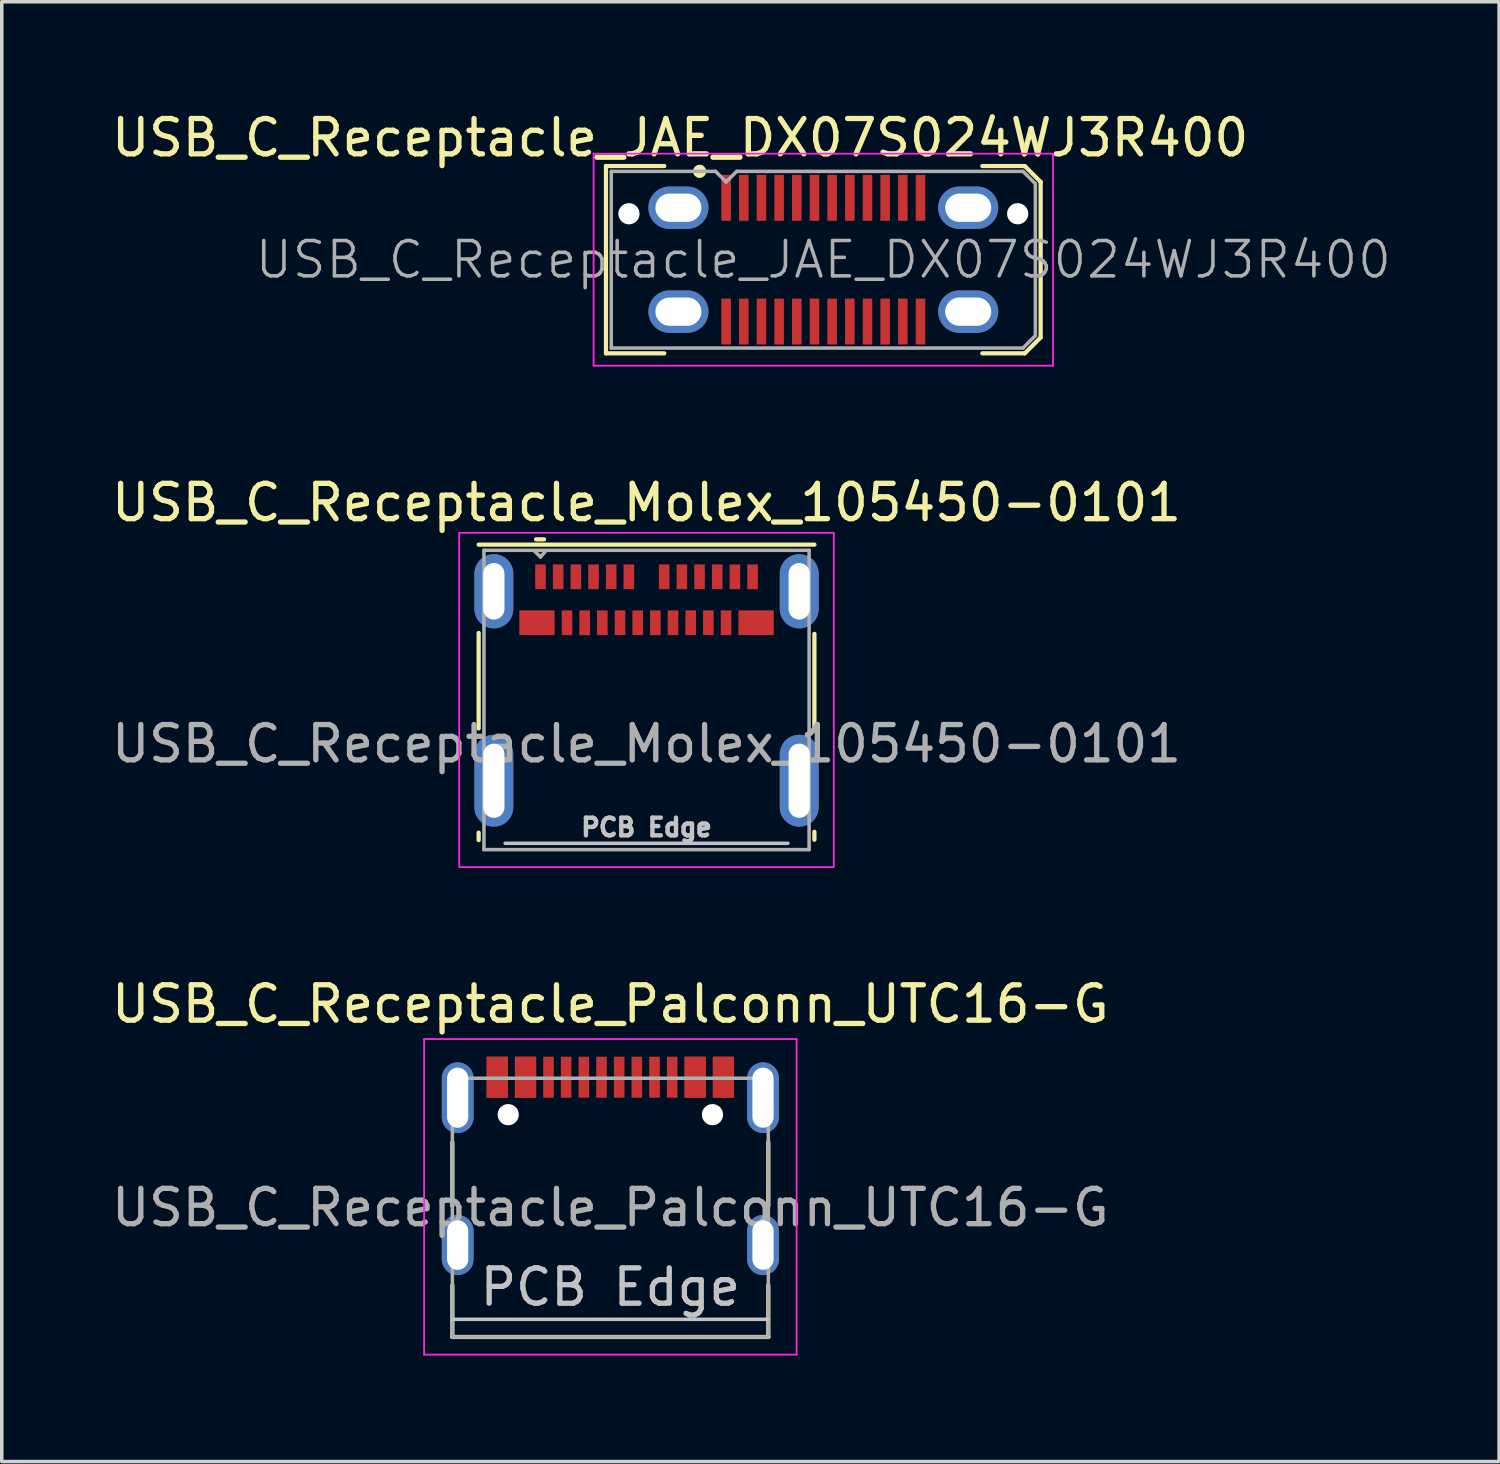
<source format=kicad_pcb>
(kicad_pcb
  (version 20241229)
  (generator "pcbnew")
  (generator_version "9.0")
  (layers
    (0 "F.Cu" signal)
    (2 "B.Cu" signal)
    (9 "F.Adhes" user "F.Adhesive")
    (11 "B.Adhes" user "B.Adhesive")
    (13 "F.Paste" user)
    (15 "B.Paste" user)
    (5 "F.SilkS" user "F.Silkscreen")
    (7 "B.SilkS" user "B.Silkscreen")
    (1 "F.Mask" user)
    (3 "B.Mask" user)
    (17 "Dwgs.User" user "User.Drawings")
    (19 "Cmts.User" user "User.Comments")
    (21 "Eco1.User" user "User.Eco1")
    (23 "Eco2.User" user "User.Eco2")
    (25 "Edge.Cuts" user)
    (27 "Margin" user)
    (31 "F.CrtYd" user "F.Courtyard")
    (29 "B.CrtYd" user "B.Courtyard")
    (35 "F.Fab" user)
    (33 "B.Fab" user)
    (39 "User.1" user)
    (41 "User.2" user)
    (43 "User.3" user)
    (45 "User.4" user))
  (footprint "USB_C_Receptacle_JAE_DX07S024WJ3R400"
    (layer "F.Cu")
    (at 20.246 4.298)
    (property "Reference" "USB_C_Receptacle_JAE_DX07S024WJ3R400" (at -4.05 -3.45 0) (layer "F.SilkS") (effects (font (size 1 1) (thickness 0.15))))
    (attr smd)
    (fp_line (start -6.15 -2.65) (end -6.15 2.65) (stroke (width 0.12) (type solid)) (layer "F.SilkS"))
    (fp_line (start -6.15 -2.65) (end -4.5 -2.65) (stroke (width 0.12) (type solid)) (layer "F.SilkS"))
    (fp_line (start -6.15 2.65) (end -4.5 2.65) (stroke (width 0.12) (type solid)) (layer "F.SilkS"))
    (fp_line (start 4.5 -2.65) (end 5.7 -2.65) (stroke (width 0.12) (type solid)) (layer "F.SilkS"))
    (fp_line (start 4.5 2.65) (end 5.7 2.65) (stroke (width 0.12) (type solid)) (layer "F.SilkS"))
    (fp_line (start 5.7 -2.65) (end 6.15 -2.2) (stroke (width 0.12) (type solid)) (layer "F.SilkS"))
    (fp_line (start 5.7 2.65) (end 6.15 2.2) (stroke (width 0.12) (type solid)) (layer "F.SilkS"))
    (fp_line (start 6.15 -2.2) (end 6.15 2.2) (stroke (width 0.12) (type solid)) (layer "F.SilkS"))
    (fp_circle (center -3.5 -2.5) (end -3.388 -2.5) (stroke (width 0.15) (type solid)) (fill no) (layer "F.SilkS"))
    (fp_line (start -6.5 -3) (end 6.5 -3) (stroke (width 0.05) (type solid)) (layer "F.CrtYd"))
    (fp_line (start -6.5 3) (end -6.5 -3) (stroke (width 0.05) (type solid)) (layer "F.CrtYd"))
    (fp_line (start 6.5 -3) (end 6.5 3) (stroke (width 0.05) (type solid)) (layer "F.CrtYd"))
    (fp_line (start 6.5 3) (end -6.5 3) (stroke (width 0.05) (type solid)) (layer "F.CrtYd"))
    (fp_line (start -6 -2.5) (end -3.05 -2.5) (stroke (width 0.1) (type solid)) (layer "F.Fab"))
    (fp_line (start -6 2.5) (end -6 -2.5) (stroke (width 0.1) (type solid)) (layer "F.Fab"))
    (fp_line (start -6 2.5) (end 5.65 2.5) (stroke (width 0.1) (type solid)) (layer "F.Fab"))
    (fp_line (start -3.05 -2.5) (end -2.75 -2.2) (stroke (width 0.1) (type solid)) (layer "F.Fab"))
    (fp_line (start -2.75 -2.2) (end -2.45 -2.5) (stroke (width 0.1) (type solid)) (layer "F.Fab"))
    (fp_line (start 5.65 -2.5) (end -2.45 -2.5) (stroke (width 0.1) (type solid)) (layer "F.Fab"))
    (fp_line (start 5.65 -2.5) (end 6 -2.15) (stroke (width 0.1) (type solid)) (layer "F.Fab"))
    (fp_line (start 5.65 2.5) (end 6 2.15) (stroke (width 0.1) (type solid)) (layer "F.Fab"))
    (fp_line (start 6 2.15) (end 6 -2.15) (stroke (width 0.1) (type solid)) (layer "F.Fab"))
    (fp_text user "${REFERENCE}" (at 0 0 0) (layer "F.Fab") (effects (font (size 1 1) (thickness 0.1))))
    (pad "" np_thru_hole circle (at -5.5 -1.3) (size 0.6 0.6) (drill 0.6) (layers "*.Cu" "*.Mask"))
    (pad "" np_thru_hole circle (at 5.5 -1.3) (size 0.6 0.6) (drill 0.6) (layers "*.Cu" "*.Mask"))
    (pad "A1" smd rect (at -2.75 -1.75) (size 0.27 1.3) (layers "F.Cu" "F.Mask" "F.Paste"))
    (pad "A2" smd rect (at -2.25 -1.75) (size 0.27 1.3) (layers "F.Cu" "F.Mask" "F.Paste"))
    (pad "A3" smd rect (at -1.75 -1.75) (size 0.27 1.3) (layers "F.Cu" "F.Mask" "F.Paste"))
    (pad "A4" smd rect (at -1.25 -1.75) (size 0.27 1.3) (layers "F.Cu" "F.Mask" "F.Paste"))
    (pad "A5" smd rect (at -0.75 -1.75) (size 0.27 1.3) (layers "F.Cu" "F.Mask" "F.Paste"))
    (pad "A6" smd rect (at -0.25 -1.75) (size 0.27 1.3) (layers "F.Cu" "F.Mask" "F.Paste"))
    (pad "A7" smd rect (at 0.25 -1.75) (size 0.27 1.3) (layers "F.Cu" "F.Mask" "F.Paste"))
    (pad "A8" smd rect (at 0.75 -1.75) (size 0.27 1.3) (layers "F.Cu" "F.Mask" "F.Paste"))
    (pad "A9" smd rect (at 1.25 -1.75) (size 0.27 1.3) (layers "F.Cu" "F.Mask" "F.Paste"))
    (pad "A10" smd rect (at 1.75 -1.75) (size 0.27 1.3) (layers "F.Cu" "F.Mask" "F.Paste"))
    (pad "A11" smd rect (at 2.25 -1.75) (size 0.27 1.3) (layers "F.Cu" "F.Mask" "F.Paste"))
    (pad "A12" smd rect (at 2.75 -1.75) (size 0.27 1.3) (layers "F.Cu" "F.Mask" "F.Paste"))
    (pad "B1" smd rect (at 2.75 1.75) (size 0.27 1.3) (layers "F.Cu" "F.Mask" "F.Paste"))
    (pad "B2" smd rect (at 2.25 1.75) (size 0.27 1.3) (layers "F.Cu" "F.Mask" "F.Paste"))
    (pad "B3" smd rect (at 1.75 1.75) (size 0.27 1.3) (layers "F.Cu" "F.Mask" "F.Paste"))
    (pad "B4" smd rect (at 1.25 1.75) (size 0.27 1.3) (layers "F.Cu" "F.Mask" "F.Paste"))
    (pad "B5" smd rect (at 0.75 1.75) (size 0.27 1.3) (layers "F.Cu" "F.Mask" "F.Paste"))
    (pad "B6" smd rect (at 0.25 1.75) (size 0.27 1.3) (layers "F.Cu" "F.Mask" "F.Paste"))
    (pad "B7" smd rect (at -0.25 1.75) (size 0.27 1.3) (layers "F.Cu" "F.Mask" "F.Paste"))
    (pad "B8" smd rect (at -0.75 1.75) (size 0.27 1.3) (layers "F.Cu" "F.Mask" "F.Paste"))
    (pad "B9" smd rect (at -1.25 1.75) (size 0.27 1.3) (layers "F.Cu" "F.Mask" "F.Paste"))
    (pad "B10" smd rect (at -1.75 1.75) (size 0.27 1.3) (layers "F.Cu" "F.Mask" "F.Paste"))
    (pad "B11" smd rect (at -2.25 1.75) (size 0.27 1.3) (layers "F.Cu" "F.Mask" "F.Paste"))
    (pad "B12" smd rect (at -2.75 1.75) (size 0.27 1.3) (layers "F.Cu" "F.Mask" "F.Paste"))
    (pad "S1" thru_hole oval (at -4.1 -1.47 90) (size 1.2 1.7) (drill oval 0.8 1.3) (property pad_prop_heatsink) (layers "*.Cu" "*.Mask"))
    (pad "S1" thru_hole oval (at -4.1 1.47 90) (size 1.2 1.7) (drill oval 0.8 1.3) (property pad_prop_heatsink) (layers "*.Cu" "*.Mask"))
    (pad "S1" thru_hole oval (at 4.1 -1.47 90) (size 1.2 1.7) (drill oval 0.8 1.3) (property pad_prop_heatsink) (layers "*.Cu" "*.Mask"))
    (pad "S1" thru_hole oval (at 4.1 1.47 90) (size 1.2 1.7) (drill oval 0.8 1.3) (property pad_prop_heatsink) (layers "*.Cu" "*.Mask")))
  (footprint "USB_C_Receptacle_Palconn_UTC16-G"
    (layer "F.Cu")
    (at 14.22 29.94)
    (property "Reference" "USB_C_Receptacle_Palconn_UTC16-G" (at 0 -4.58 0) (layer "F.SilkS") (effects (font (size 1 1) (thickness 0.15))))
    (attr smd)
    (fp_line (start -4.47 -0.67) (end -4.47 1.13) (stroke (width 0.12) (type solid)) (layer "F.SilkS"))
    (fp_line (start -4.47 4.84) (end -4.47 3.38) (stroke (width 0.12) (type solid)) (layer "F.SilkS"))
    (fp_line (start 4.47 -0.67) (end 4.47 1.13) (stroke (width 0.12) (type solid)) (layer "F.SilkS"))
    (fp_line (start 4.47 4.84) (end -4.47 4.84) (stroke (width 0.12) (type solid)) (layer "F.SilkS"))
    (fp_line (start 4.47 4.84) (end 4.47 3.38) (stroke (width 0.12) (type solid)) (layer "F.SilkS"))
    (fp_line (start -4.47 4.34) (end 4.47 4.34) (stroke (width 0.1) (type solid)) (layer "Dwgs.User"))
    (fp_line (start -5.27 -3.59) (end -5.27 5.34) (stroke (width 0.05) (type solid)) (layer "F.CrtYd"))
    (fp_line (start -5.27 5.34) (end 5.27 5.34) (stroke (width 0.05) (type solid)) (layer "F.CrtYd"))
    (fp_line (start 5.27 -3.59) (end -5.27 -3.59) (stroke (width 0.05) (type solid)) (layer "F.CrtYd"))
    (fp_line (start 5.27 5.34) (end 5.27 -3.59) (stroke (width 0.05) (type solid)) (layer "F.CrtYd"))
    (fp_line (start -4.47 -2.48) (end -4.47 4.84) (stroke (width 0.1) (type solid)) (layer "F.Fab"))
    (fp_line (start -4.47 -2.48) (end 4.47 -2.48) (stroke (width 0.1) (type solid)) (layer "F.Fab"))
    (fp_line (start 4.47 -2.48) (end 4.47 4.84) (stroke (width 0.1) (type solid)) (layer "F.Fab"))
    (fp_line (start 4.47 4.84) (end -4.47 4.84) (stroke (width 0.1) (type solid)) (layer "F.Fab"))
    (fp_text user "PCB Edge" (at 0 3.43 0) (layer "Dwgs.User") (effects (font (size 1 1) (thickness 0.15))))
    (fp_text user "${REFERENCE}" (at 0 1.18 0) (layer "F.Fab") (effects (font (size 1 1) (thickness 0.15))))
    (pad "" np_thru_hole circle (at -2.89 -1.45 180) (size 0.6 0.6) (drill 0.6) (layers "*.Cu" "*.Mask"))
    (pad "" np_thru_hole circle (at 2.89 -1.45 180) (size 0.6 0.6) (drill 0.6) (layers "*.Cu" "*.Mask"))
    (pad "A1" smd rect (at -3.2 -2.51) (size 0.6 1.16) (layers "F.Cu" "F.Mask" "F.Paste"))
    (pad "A4" smd rect (at -2.4 -2.51) (size 0.6 1.16) (layers "F.Cu" "F.Mask" "F.Paste"))
    (pad "A5" smd rect (at -1.25 -2.51 180) (size 0.3 1.16) (layers "F.Cu" "F.Mask" "F.Paste"))
    (pad "A6" smd rect (at -0.25 -2.51 180) (size 0.3 1.16) (layers "F.Cu" "F.Mask" "F.Paste"))
    (pad "A7" smd rect (at 0.25 -2.51 180) (size 0.3 1.16) (layers "F.Cu" "F.Mask" "F.Paste"))
    (pad "A8" smd rect (at 1.25 -2.51 180) (size 0.3 1.16) (layers "F.Cu" "F.Mask" "F.Paste"))
    (pad "A9" smd rect (at 2.4 -2.51) (size 0.6 1.16) (layers "F.Cu" "F.Mask" "F.Paste"))
    (pad "A12" smd rect (at 3.2 -2.51) (size 0.6 1.16) (layers "F.Cu" "F.Mask" "F.Paste"))
    (pad "B1" smd rect (at 3.2 -2.51) (size 0.6 1.16) (layers "F.Cu" "F.Mask" "F.Paste"))
    (pad "B4" smd rect (at 2.4 -2.51) (size 0.6 1.16) (layers "F.Cu" "F.Mask" "F.Paste"))
    (pad "B5" smd rect (at 1.75 -2.51 180) (size 0.3 1.16) (layers "F.Cu" "F.Mask" "F.Paste"))
    (pad "B6" smd rect (at 0.75 -2.51 180) (size 0.3 1.16) (layers "F.Cu" "F.Mask" "F.Paste"))
    (pad "B7" smd rect (at -0.75 -2.51 180) (size 0.3 1.16) (layers "F.Cu" "F.Mask" "F.Paste"))
    (pad "B8" smd rect (at -1.75 -2.51 180) (size 0.3 1.16) (layers "F.Cu" "F.Mask" "F.Paste"))
    (pad "B9" smd rect (at -2.4 -2.51) (size 0.6 1.16) (layers "F.Cu" "F.Mask" "F.Paste"))
    (pad "B12" smd rect (at -3.2 -2.51) (size 0.6 1.16) (layers "F.Cu" "F.Mask" "F.Paste"))
    (pad "S1" thru_hole oval (at -4.32 -1.93 90) (size 2 0.9) (drill oval 1.7 0.6) (property pad_prop_heatsink) (layers "*.Cu" "*.Mask"))
    (pad "S1" thru_hole oval (at -4.32 2.24 90) (size 1.7 0.9) (drill oval 1.4 0.6) (property pad_prop_heatsink) (layers "*.Cu" "*.Mask"))
    (pad "S1" thru_hole oval (at 4.32 -1.93 90) (size 2 0.9) (drill oval 1.7 0.6) (property pad_prop_heatsink) (layers "*.Cu" "*.Mask"))
    (pad "S1" thru_hole oval (at 4.32 2.24 90) (size 1.7 0.9) (drill oval 1.4 0.6) (property pad_prop_heatsink) (layers "*.Cu" "*.Mask")))
  (footprint "USB_C_Receptacle_Molex_105450-0101"
    (layer "F.Cu")
    (at 15.244 16.486)
    (property "Reference" "USB_C_Receptacle_Molex_105450-0101" (at 0 -5.315 0) (unlocked yes) (layer "F.SilkS") (effects (font (size 1 1) (thickness 0.15))))
    (attr smd)
    (fp_line (start -4.75 -4.125) (end 4.75 -4.125) (stroke (width 0.12) (type solid)) (layer "F.SilkS"))
    (fp_line (start -4.75 -1.625) (end -4.75 1.075) (stroke (width 0.12) (type solid)) (layer "F.SilkS"))
    (fp_line (start -4.75 4.235) (end -4.75 4.025) (stroke (width 0.12) (type solid)) (layer "F.SilkS"))
    (fp_line (start -3.125 -4.275) (end -2.9 -4.275) (stroke (width 0.12) (type solid)) (layer "F.SilkS"))
    (fp_line (start 4.75 1.125) (end 4.75 -1.6) (stroke (width 0.12) (type solid)) (layer "F.SilkS"))
    (fp_line (start 4.75 4.225) (end 4.75 4) (stroke (width 0.12) (type solid)) (layer "F.SilkS"))
    (fp_line (start -4 4.325) (end 4 4.325) (stroke (width 0.1) (type solid)) (layer "Dwgs.User"))
    (fp_rect (start -5.3 -4.46) (end 5.3 5) (stroke (width 0.05) (type solid)) (fill no) (layer "F.CrtYd"))
    (fp_line (start -4.6 -3.965) (end -4.6 4.505) (stroke (width 0.1) (type solid)) (layer "F.Fab"))
    (fp_line (start -4.6 -3.965) (end 4.6 -3.965) (stroke (width 0.1) (type solid)) (layer "F.Fab"))
    (fp_line (start -4.6 4.505) (end 4.6 4.505) (stroke (width 0.1) (type solid)) (layer "F.Fab"))
    (fp_line (start -3.175 -3.95) (end -3 -3.775) (stroke (width 0.1) (type solid)) (layer "F.Fab"))
    (fp_line (start -3 -3.775) (end -2.85 -3.95) (stroke (width 0.1) (type solid)) (layer "F.Fab"))
    (fp_line (start 4.6 4.505) (end 4.6 -3.965) (stroke (width 0.1) (type solid)) (layer "F.Fab"))
    (fp_text user "PCB Edge" (at 0 3.875 0) (unlocked yes) (layer "Dwgs.User") (effects (font (size 0.5 0.5) (thickness 0.125))))
    (fp_text user "${REFERENCE}" (at 0 1.51 0) (unlocked yes) (layer "F.Fab") (effects (font (size 1 1) (thickness 0.15))))
    (pad "A1" smd rect (at -3 -3.215) (size 0.3 0.7) (layers "F.Cu" "F.Mask" "F.Paste"))
    (pad "A2" smd rect (at -2.5 -3.215) (size 0.3 0.7) (layers "F.Cu" "F.Mask" "F.Paste"))
    (pad "A3" smd rect (at -2 -3.215) (size 0.3 0.7) (layers "F.Cu" "F.Mask" "F.Paste"))
    (pad "A4" smd rect (at -1.5 -3.215) (size 0.3 0.7) (layers "F.Cu" "F.Mask" "F.Paste"))
    (pad "A5" smd rect (at -1 -3.215) (size 0.3 0.7) (layers "F.Cu" "F.Mask" "F.Paste"))
    (pad "A6" smd rect (at -0.5 -3.215) (size 0.3 0.7) (layers "F.Cu" "F.Mask" "F.Paste"))
    (pad "A7" smd rect (at 0.5 -3.215) (size 0.3 0.7) (layers "F.Cu" "F.Mask" "F.Paste"))
    (pad "A8" smd rect (at 1 -3.215) (size 0.3 0.7) (layers "F.Cu" "F.Mask" "F.Paste"))
    (pad "A9" smd rect (at 1.5 -3.215) (size 0.3 0.7) (layers "F.Cu" "F.Mask" "F.Paste"))
    (pad "A10" smd rect (at 2 -3.215) (size 0.3 0.7) (layers "F.Cu" "F.Mask" "F.Paste"))
    (pad "A11" smd rect (at 2.5 -3.215) (size 0.3 0.7) (layers "F.Cu" "F.Mask" "F.Paste"))
    (pad "A12" smd rect (at 3 -3.215) (size 0.3 0.7) (layers "F.Cu" "F.Mask" "F.Paste"))
    (pad "B1" smd rect (at 3.1 -1.915) (size 1 0.7) (layers "F.Cu" "F.Mask" "F.Paste"))
    (pad "B2" smd rect (at 2.25 -1.915) (size 0.3 0.7) (layers "F.Cu" "F.Mask" "F.Paste"))
    (pad "B3" smd rect (at 1.75 -1.915) (size 0.3 0.7) (layers "F.Cu" "F.Mask" "F.Paste"))
    (pad "B4" smd rect (at 1.25 -1.915) (size 0.3 0.7) (layers "F.Cu" "F.Mask" "F.Paste"))
    (pad "B5" smd rect (at 0.75 -1.915) (size 0.3 0.7) (layers "F.Cu" "F.Mask" "F.Paste"))
    (pad "B6" smd rect (at 0.25 -1.915) (size 0.3 0.7) (layers "F.Cu" "F.Mask" "F.Paste"))
    (pad "B7" smd rect (at -0.25 -1.915) (size 0.3 0.7) (layers "F.Cu" "F.Mask" "F.Paste"))
    (pad "B8" smd rect (at -0.75 -1.915) (size 0.3 0.7) (layers "F.Cu" "F.Mask" "F.Paste"))
    (pad "B9" smd rect (at -1.25 -1.915) (size 0.3 0.7) (layers "F.Cu" "F.Mask" "F.Paste"))
    (pad "B10" smd rect (at -1.75 -1.915) (size 0.3 0.7) (layers "F.Cu" "F.Mask" "F.Paste"))
    (pad "B11" smd rect (at -2.25 -1.915) (size 0.3 0.7) (layers "F.Cu" "F.Mask" "F.Paste"))
    (pad "B12" smd rect (at -3.1 -1.915) (size 1 0.7) (layers "F.Cu" "F.Mask" "F.Paste"))
    (pad "S1" thru_hole oval (at -4.32 -2.805) (size 1.1 2.1) (drill oval 0.6 1.6) (property pad_prop_heatsink) (layers "*.Cu" "*.Mask"))
    (pad "S1" thru_hole oval (at -4.32 2.555) (size 1.1 2.6) (drill oval 0.6 2.1) (property pad_prop_heatsink) (layers "*.Cu" "*.Mask"))
    (pad "S1" thru_hole oval (at 4.32 -2.805) (size 1.1 2.1) (drill oval 0.6 1.6) (property pad_prop_heatsink) (layers "*.Cu" "*.Mask"))
    (pad "S1" thru_hole oval (at 4.32 2.555) (size 1.1 2.6) (drill oval 0.6 2.1) (property pad_prop_heatsink) (layers "*.Cu" "*.Mask"))
    (zone (net_name "") (layers "F.Cu" "Dwgs.User") (hatch full 0.508) (connect_pads) (min_thickness 0.254) (filled_areas_thickness no) (keepout (tracks not_allowed) (vias not_allowed) (pads not_allowed) (copperpour not_allowed) (footprints not_allowed)) (placement (enabled no)) (fill) (polygon (pts (xy 18.744 20.811) (xy 11.744 20.811) (xy 11.744 15.181) (xy 18.744 15.181)))))
  (gr_rect
    (start -3 -3)
    (end 39.368 38.305)
    (stroke (width 0.1) (type default))
    (fill no)
    (layer "Edge.Cuts")))
</source>
